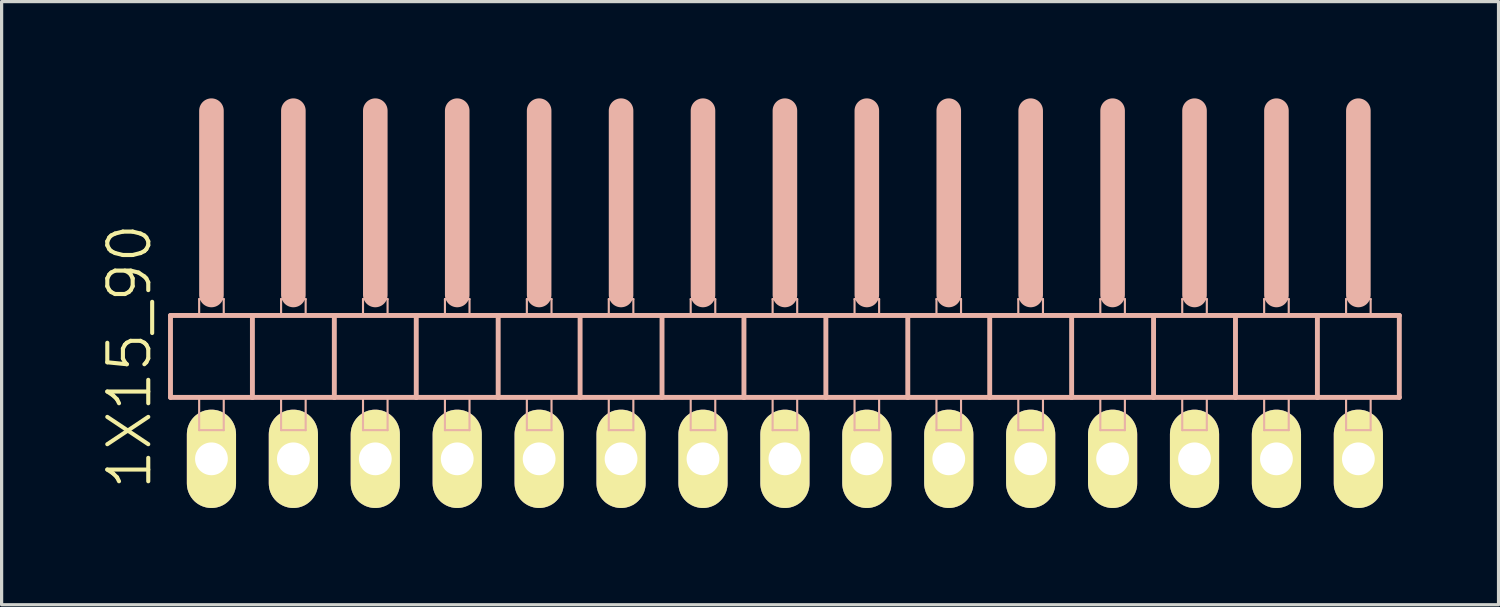
<source format=kicad_pcb>
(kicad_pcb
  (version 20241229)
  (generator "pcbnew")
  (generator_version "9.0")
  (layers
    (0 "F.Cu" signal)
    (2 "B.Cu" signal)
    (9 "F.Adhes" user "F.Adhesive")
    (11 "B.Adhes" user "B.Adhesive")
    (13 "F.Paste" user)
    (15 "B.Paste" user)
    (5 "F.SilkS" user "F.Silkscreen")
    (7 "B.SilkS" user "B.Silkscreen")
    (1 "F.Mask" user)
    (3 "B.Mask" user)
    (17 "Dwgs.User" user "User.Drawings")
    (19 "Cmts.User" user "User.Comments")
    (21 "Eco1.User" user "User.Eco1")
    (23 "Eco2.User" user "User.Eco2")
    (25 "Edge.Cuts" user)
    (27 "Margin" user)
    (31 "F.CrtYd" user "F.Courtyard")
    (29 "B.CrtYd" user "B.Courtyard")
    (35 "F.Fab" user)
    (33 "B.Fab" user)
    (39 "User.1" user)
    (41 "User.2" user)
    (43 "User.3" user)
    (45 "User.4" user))
  (footprint "1X15_90"
    (layer "F.Cu")
    (at 21.286 7.366)
    (property "Reference" "1X15_90" (at -20.32 0.635 90) (layer "F.SilkS") (effects (font (size 1.27 1.27) (thickness 0.127))))
    (attr exclude_from_pos_files exclude_from_bom)
    (fp_line (start -19.05 -0.635) (end -19.05 1.905) (stroke (width 0.152) (type solid)) (layer "B.SilkS"))
    (fp_line (start -19.05 1.905) (end -16.51 1.905) (stroke (width 0.152) (type solid)) (layer "B.SilkS"))
    (fp_line (start -18.161 -1.143) (end -17.399 -1.143) (stroke (width 0.066) (type solid)) (layer "B.SilkS"))
    (fp_line (start -18.161 -0.635) (end -18.161 -1.143) (stroke (width 0.066) (type solid)) (layer "B.SilkS"))
    (fp_line (start -18.161 -0.635) (end -17.399 -0.635) (stroke (width 0.066) (type solid)) (layer "B.SilkS"))
    (fp_line (start -18.161 1.905) (end -17.399 1.905) (stroke (width 0.066) (type solid)) (layer "B.SilkS"))
    (fp_line (start -18.161 2.921) (end -18.161 1.905) (stroke (width 0.066) (type solid)) (layer "B.SilkS"))
    (fp_line (start -18.161 2.921) (end -17.399 2.921) (stroke (width 0.066) (type solid)) (layer "B.SilkS"))
    (fp_line (start -17.78 -6.985) (end -17.78 -1.27) (stroke (width 0.762) (type solid)) (layer "B.SilkS"))
    (fp_line (start -17.399 -0.635) (end -17.399 -1.143) (stroke (width 0.066) (type solid)) (layer "B.SilkS"))
    (fp_line (start -17.399 2.921) (end -17.399 1.905) (stroke (width 0.066) (type solid)) (layer "B.SilkS"))
    (fp_line (start -16.51 -0.635) (end -19.05 -0.635) (stroke (width 0.152) (type solid)) (layer "B.SilkS"))
    (fp_line (start -16.51 1.905) (end -16.51 -0.635) (stroke (width 0.152) (type solid)) (layer "B.SilkS"))
    (fp_line (start -16.51 1.905) (end -13.97 1.905) (stroke (width 0.152) (type solid)) (layer "B.SilkS"))
    (fp_line (start -15.621 -1.143) (end -14.859 -1.143) (stroke (width 0.066) (type solid)) (layer "B.SilkS"))
    (fp_line (start -15.621 -0.635) (end -15.621 -1.143) (stroke (width 0.066) (type solid)) (layer "B.SilkS"))
    (fp_line (start -15.621 -0.635) (end -14.859 -0.635) (stroke (width 0.066) (type solid)) (layer "B.SilkS"))
    (fp_line (start -15.621 1.905) (end -14.859 1.905) (stroke (width 0.066) (type solid)) (layer "B.SilkS"))
    (fp_line (start -15.621 2.921) (end -15.621 1.905) (stroke (width 0.066) (type solid)) (layer "B.SilkS"))
    (fp_line (start -15.621 2.921) (end -14.859 2.921) (stroke (width 0.066) (type solid)) (layer "B.SilkS"))
    (fp_line (start -15.24 -6.985) (end -15.24 -1.27) (stroke (width 0.762) (type solid)) (layer "B.SilkS"))
    (fp_line (start -14.859 -0.635) (end -14.859 -1.143) (stroke (width 0.066) (type solid)) (layer "B.SilkS"))
    (fp_line (start -14.859 2.921) (end -14.859 1.905) (stroke (width 0.066) (type solid)) (layer "B.SilkS"))
    (fp_line (start -13.97 -0.635) (end -16.51 -0.635) (stroke (width 0.152) (type solid)) (layer "B.SilkS"))
    (fp_line (start -13.97 1.905) (end -13.97 -0.635) (stroke (width 0.152) (type solid)) (layer "B.SilkS"))
    (fp_line (start -13.97 1.905) (end -11.43 1.905) (stroke (width 0.152) (type solid)) (layer "B.SilkS"))
    (fp_line (start -13.081 -1.143) (end -12.319 -1.143) (stroke (width 0.066) (type solid)) (layer "B.SilkS"))
    (fp_line (start -13.081 -0.635) (end -13.081 -1.143) (stroke (width 0.066) (type solid)) (layer "B.SilkS"))
    (fp_line (start -13.081 -0.635) (end -12.319 -0.635) (stroke (width 0.066) (type solid)) (layer "B.SilkS"))
    (fp_line (start -13.081 1.905) (end -12.319 1.905) (stroke (width 0.066) (type solid)) (layer "B.SilkS"))
    (fp_line (start -13.081 2.921) (end -13.081 1.905) (stroke (width 0.066) (type solid)) (layer "B.SilkS"))
    (fp_line (start -13.081 2.921) (end -12.319 2.921) (stroke (width 0.066) (type solid)) (layer "B.SilkS"))
    (fp_line (start -12.7 -6.985) (end -12.7 -1.27) (stroke (width 0.762) (type solid)) (layer "B.SilkS"))
    (fp_line (start -12.319 -0.635) (end -12.319 -1.143) (stroke (width 0.066) (type solid)) (layer "B.SilkS"))
    (fp_line (start -12.319 2.921) (end -12.319 1.905) (stroke (width 0.066) (type solid)) (layer "B.SilkS"))
    (fp_line (start -11.43 -0.635) (end -13.97 -0.635) (stroke (width 0.152) (type solid)) (layer "B.SilkS"))
    (fp_line (start -11.43 1.905) (end -11.43 -0.635) (stroke (width 0.152) (type solid)) (layer "B.SilkS"))
    (fp_line (start -11.43 1.905) (end -8.89 1.905) (stroke (width 0.152) (type solid)) (layer "B.SilkS"))
    (fp_line (start -10.541 -1.143) (end -9.779 -1.143) (stroke (width 0.066) (type solid)) (layer "B.SilkS"))
    (fp_line (start -10.541 -0.635) (end -10.541 -1.143) (stroke (width 0.066) (type solid)) (layer "B.SilkS"))
    (fp_line (start -10.541 -0.635) (end -9.779 -0.635) (stroke (width 0.066) (type solid)) (layer "B.SilkS"))
    (fp_line (start -10.541 1.905) (end -9.779 1.905) (stroke (width 0.066) (type solid)) (layer "B.SilkS"))
    (fp_line (start -10.541 2.921) (end -10.541 1.905) (stroke (width 0.066) (type solid)) (layer "B.SilkS"))
    (fp_line (start -10.541 2.921) (end -9.779 2.921) (stroke (width 0.066) (type solid)) (layer "B.SilkS"))
    (fp_line (start -10.16 -6.985) (end -10.16 -1.27) (stroke (width 0.762) (type solid)) (layer "B.SilkS"))
    (fp_line (start -9.779 -0.635) (end -9.779 -1.143) (stroke (width 0.066) (type solid)) (layer "B.SilkS"))
    (fp_line (start -9.779 2.921) (end -9.779 1.905) (stroke (width 0.066) (type solid)) (layer "B.SilkS"))
    (fp_line (start -8.89 -0.635) (end -11.43 -0.635) (stroke (width 0.152) (type solid)) (layer "B.SilkS"))
    (fp_line (start -8.89 1.905) (end -8.89 -0.635) (stroke (width 0.152) (type solid)) (layer "B.SilkS"))
    (fp_line (start -8.89 1.905) (end -6.35 1.905) (stroke (width 0.152) (type solid)) (layer "B.SilkS"))
    (fp_line (start -8.001 -1.143) (end -7.236 -1.143) (stroke (width 0.066) (type solid)) (layer "B.SilkS"))
    (fp_line (start -8.001 -0.635) (end -8.001 -1.143) (stroke (width 0.066) (type solid)) (layer "B.SilkS"))
    (fp_line (start -8.001 -0.635) (end -7.236 -0.635) (stroke (width 0.066) (type solid)) (layer "B.SilkS"))
    (fp_line (start -8.001 1.905) (end -7.236 1.905) (stroke (width 0.066) (type solid)) (layer "B.SilkS"))
    (fp_line (start -8.001 2.921) (end -8.001 1.905) (stroke (width 0.066) (type solid)) (layer "B.SilkS"))
    (fp_line (start -8.001 2.921) (end -7.236 2.921) (stroke (width 0.066) (type solid)) (layer "B.SilkS"))
    (fp_line (start -7.62 -6.985) (end -7.62 -1.27) (stroke (width 0.762) (type solid)) (layer "B.SilkS"))
    (fp_line (start -7.236 -0.635) (end -7.236 -1.143) (stroke (width 0.066) (type solid)) (layer "B.SilkS"))
    (fp_line (start -7.236 2.921) (end -7.236 1.905) (stroke (width 0.066) (type solid)) (layer "B.SilkS"))
    (fp_line (start -6.35 -0.635) (end -8.89 -0.635) (stroke (width 0.152) (type solid)) (layer "B.SilkS"))
    (fp_line (start -6.35 1.905) (end -6.35 -0.635) (stroke (width 0.152) (type solid)) (layer "B.SilkS"))
    (fp_line (start -6.35 1.905) (end -3.81 1.905) (stroke (width 0.152) (type solid)) (layer "B.SilkS"))
    (fp_line (start -5.461 -1.143) (end -4.699 -1.143) (stroke (width 0.066) (type solid)) (layer "B.SilkS"))
    (fp_line (start -5.461 -0.635) (end -5.461 -1.143) (stroke (width 0.066) (type solid)) (layer "B.SilkS"))
    (fp_line (start -5.461 -0.635) (end -4.699 -0.635) (stroke (width 0.066) (type solid)) (layer "B.SilkS"))
    (fp_line (start -5.461 1.905) (end -4.699 1.905) (stroke (width 0.066) (type solid)) (layer "B.SilkS"))
    (fp_line (start -5.461 2.921) (end -5.461 1.905) (stroke (width 0.066) (type solid)) (layer "B.SilkS"))
    (fp_line (start -5.461 2.921) (end -4.699 2.921) (stroke (width 0.066) (type solid)) (layer "B.SilkS"))
    (fp_line (start -5.08 -6.985) (end -5.08 -1.27) (stroke (width 0.762) (type solid)) (layer "B.SilkS"))
    (fp_line (start -4.699 -0.635) (end -4.699 -1.143) (stroke (width 0.066) (type solid)) (layer "B.SilkS"))
    (fp_line (start -4.699 2.921) (end -4.699 1.905) (stroke (width 0.066) (type solid)) (layer "B.SilkS"))
    (fp_line (start -3.81 -0.635) (end -6.35 -0.635) (stroke (width 0.152) (type solid)) (layer "B.SilkS"))
    (fp_line (start -3.81 1.905) (end -3.81 -0.635) (stroke (width 0.152) (type solid)) (layer "B.SilkS"))
    (fp_line (start -3.81 1.905) (end -1.27 1.905) (stroke (width 0.152) (type solid)) (layer "B.SilkS"))
    (fp_line (start -2.921 -1.143) (end -2.159 -1.143) (stroke (width 0.066) (type solid)) (layer "B.SilkS"))
    (fp_line (start -2.921 -0.635) (end -2.921 -1.143) (stroke (width 0.066) (type solid)) (layer "B.SilkS"))
    (fp_line (start -2.921 -0.635) (end -2.159 -0.635) (stroke (width 0.066) (type solid)) (layer "B.SilkS"))
    (fp_line (start -2.921 1.905) (end -2.159 1.905) (stroke (width 0.066) (type solid)) (layer "B.SilkS"))
    (fp_line (start -2.921 2.921) (end -2.921 1.905) (stroke (width 0.066) (type solid)) (layer "B.SilkS"))
    (fp_line (start -2.921 2.921) (end -2.159 2.921) (stroke (width 0.066) (type solid)) (layer "B.SilkS"))
    (fp_line (start -2.54 -6.985) (end -2.54 -1.27) (stroke (width 0.762) (type solid)) (layer "B.SilkS"))
    (fp_line (start -2.159 -0.635) (end -2.159 -1.143) (stroke (width 0.066) (type solid)) (layer "B.SilkS"))
    (fp_line (start -2.159 2.921) (end -2.159 1.905) (stroke (width 0.066) (type solid)) (layer "B.SilkS"))
    (fp_line (start -1.27 -0.635) (end -3.81 -0.635) (stroke (width 0.152) (type solid)) (layer "B.SilkS"))
    (fp_line (start -1.27 1.905) (end -1.27 -0.635) (stroke (width 0.152) (type solid)) (layer "B.SilkS"))
    (fp_line (start -1.27 1.905) (end 1.27 1.905) (stroke (width 0.152) (type solid)) (layer "B.SilkS"))
    (fp_line (start -0.381 -1.143) (end 0.381 -1.143) (stroke (width 0.066) (type solid)) (layer "B.SilkS"))
    (fp_line (start -0.381 -0.635) (end -0.381 -1.143) (stroke (width 0.066) (type solid)) (layer "B.SilkS"))
    (fp_line (start -0.381 -0.635) (end 0.381 -0.635) (stroke (width 0.066) (type solid)) (layer "B.SilkS"))
    (fp_line (start -0.381 1.905) (end 0.381 1.905) (stroke (width 0.066) (type solid)) (layer "B.SilkS"))
    (fp_line (start -0.381 2.921) (end -0.381 1.905) (stroke (width 0.066) (type solid)) (layer "B.SilkS"))
    (fp_line (start -0.381 2.921) (end 0.381 2.921) (stroke (width 0.066) (type solid)) (layer "B.SilkS"))
    (fp_line (start 0 -6.985) (end 0 -1.27) (stroke (width 0.762) (type solid)) (layer "B.SilkS"))
    (fp_line (start 0.381 -0.635) (end 0.381 -1.143) (stroke (width 0.066) (type solid)) (layer "B.SilkS"))
    (fp_line (start 0.381 2.921) (end 0.381 1.905) (stroke (width 0.066) (type solid)) (layer "B.SilkS"))
    (fp_line (start 1.27 -0.635) (end -1.27 -0.635) (stroke (width 0.152) (type solid)) (layer "B.SilkS"))
    (fp_line (start 1.27 1.905) (end 1.27 -0.635) (stroke (width 0.152) (type solid)) (layer "B.SilkS"))
    (fp_line (start 1.27 1.905) (end 3.81 1.905) (stroke (width 0.152) (type solid)) (layer "B.SilkS"))
    (fp_line (start 2.159 -1.143) (end 2.921 -1.143) (stroke (width 0.066) (type solid)) (layer "B.SilkS"))
    (fp_line (start 2.159 -0.635) (end 2.159 -1.143) (stroke (width 0.066) (type solid)) (layer "B.SilkS"))
    (fp_line (start 2.159 -0.635) (end 2.921 -0.635) (stroke (width 0.066) (type solid)) (layer "B.SilkS"))
    (fp_line (start 2.159 1.905) (end 2.921 1.905) (stroke (width 0.066) (type solid)) (layer "B.SilkS"))
    (fp_line (start 2.159 2.921) (end 2.159 1.905) (stroke (width 0.066) (type solid)) (layer "B.SilkS"))
    (fp_line (start 2.159 2.921) (end 2.921 2.921) (stroke (width 0.066) (type solid)) (layer "B.SilkS"))
    (fp_line (start 2.54 -6.985) (end 2.54 -1.27) (stroke (width 0.762) (type solid)) (layer "B.SilkS"))
    (fp_line (start 2.921 -0.635) (end 2.921 -1.143) (stroke (width 0.066) (type solid)) (layer "B.SilkS"))
    (fp_line (start 2.921 2.921) (end 2.921 1.905) (stroke (width 0.066) (type solid)) (layer "B.SilkS"))
    (fp_line (start 3.81 -0.635) (end 1.27 -0.635) (stroke (width 0.152) (type solid)) (layer "B.SilkS"))
    (fp_line (start 3.81 1.905) (end 3.81 -0.635) (stroke (width 0.152) (type solid)) (layer "B.SilkS"))
    (fp_line (start 3.81 1.905) (end 6.35 1.905) (stroke (width 0.152) (type solid)) (layer "B.SilkS"))
    (fp_line (start 4.699 -1.143) (end 5.461 -1.143) (stroke (width 0.066) (type solid)) (layer "B.SilkS"))
    (fp_line (start 4.699 -0.635) (end 4.699 -1.143) (stroke (width 0.066) (type solid)) (layer "B.SilkS"))
    (fp_line (start 4.699 -0.635) (end 5.461 -0.635) (stroke (width 0.066) (type solid)) (layer "B.SilkS"))
    (fp_line (start 4.699 1.905) (end 5.461 1.905) (stroke (width 0.066) (type solid)) (layer "B.SilkS"))
    (fp_line (start 4.699 2.921) (end 4.699 1.905) (stroke (width 0.066) (type solid)) (layer "B.SilkS"))
    (fp_line (start 4.699 2.921) (end 5.461 2.921) (stroke (width 0.066) (type solid)) (layer "B.SilkS"))
    (fp_line (start 5.08 -6.985) (end 5.08 -1.27) (stroke (width 0.762) (type solid)) (layer "B.SilkS"))
    (fp_line (start 5.461 -0.635) (end 5.461 -1.143) (stroke (width 0.066) (type solid)) (layer "B.SilkS"))
    (fp_line (start 5.461 2.921) (end 5.461 1.905) (stroke (width 0.066) (type solid)) (layer "B.SilkS"))
    (fp_line (start 6.35 -0.635) (end 3.81 -0.635) (stroke (width 0.152) (type solid)) (layer "B.SilkS"))
    (fp_line (start 6.35 1.905) (end 6.35 -0.635) (stroke (width 0.152) (type solid)) (layer "B.SilkS"))
    (fp_line (start 6.35 1.905) (end 8.89 1.905) (stroke (width 0.152) (type solid)) (layer "B.SilkS"))
    (fp_line (start 7.236 -1.143) (end 8.001 -1.143) (stroke (width 0.066) (type solid)) (layer "B.SilkS"))
    (fp_line (start 7.236 -0.635) (end 7.236 -1.143) (stroke (width 0.066) (type solid)) (layer "B.SilkS"))
    (fp_line (start 7.236 -0.635) (end 8.001 -0.635) (stroke (width 0.066) (type solid)) (layer "B.SilkS"))
    (fp_line (start 7.236 1.905) (end 8.001 1.905) (stroke (width 0.066) (type solid)) (layer "B.SilkS"))
    (fp_line (start 7.236 2.921) (end 7.236 1.905) (stroke (width 0.066) (type solid)) (layer "B.SilkS"))
    (fp_line (start 7.236 2.921) (end 8.001 2.921) (stroke (width 0.066) (type solid)) (layer "B.SilkS"))
    (fp_line (start 7.62 -6.985) (end 7.62 -1.27) (stroke (width 0.762) (type solid)) (layer "B.SilkS"))
    (fp_line (start 8.001 -0.635) (end 8.001 -1.143) (stroke (width 0.066) (type solid)) (layer "B.SilkS"))
    (fp_line (start 8.001 2.921) (end 8.001 1.905) (stroke (width 0.066) (type solid)) (layer "B.SilkS"))
    (fp_line (start 8.89 -0.635) (end 6.35 -0.635) (stroke (width 0.152) (type solid)) (layer "B.SilkS"))
    (fp_line (start 8.89 1.905) (end 8.89 -0.635) (stroke (width 0.152) (type solid)) (layer "B.SilkS"))
    (fp_line (start 8.89 1.905) (end 11.43 1.905) (stroke (width 0.152) (type solid)) (layer "B.SilkS"))
    (fp_line (start 9.779 -1.143) (end 10.541 -1.143) (stroke (width 0.066) (type solid)) (layer "B.SilkS"))
    (fp_line (start 9.779 -0.635) (end 9.779 -1.143) (stroke (width 0.066) (type solid)) (layer "B.SilkS"))
    (fp_line (start 9.779 -0.635) (end 10.541 -0.635) (stroke (width 0.066) (type solid)) (layer "B.SilkS"))
    (fp_line (start 9.779 1.905) (end 10.541 1.905) (stroke (width 0.066) (type solid)) (layer "B.SilkS"))
    (fp_line (start 9.779 2.921) (end 9.779 1.905) (stroke (width 0.066) (type solid)) (layer "B.SilkS"))
    (fp_line (start 9.779 2.921) (end 10.541 2.921) (stroke (width 0.066) (type solid)) (layer "B.SilkS"))
    (fp_line (start 10.16 -6.985) (end 10.16 -1.27) (stroke (width 0.762) (type solid)) (layer "B.SilkS"))
    (fp_line (start 10.541 -0.635) (end 10.541 -1.143) (stroke (width 0.066) (type solid)) (layer "B.SilkS"))
    (fp_line (start 10.541 2.921) (end 10.541 1.905) (stroke (width 0.066) (type solid)) (layer "B.SilkS"))
    (fp_line (start 11.43 -0.635) (end 8.89 -0.635) (stroke (width 0.152) (type solid)) (layer "B.SilkS"))
    (fp_line (start 11.43 1.905) (end 11.43 -0.635) (stroke (width 0.152) (type solid)) (layer "B.SilkS"))
    (fp_line (start 11.43 1.905) (end 13.97 1.905) (stroke (width 0.152) (type solid)) (layer "B.SilkS"))
    (fp_line (start 12.319 -1.143) (end 13.081 -1.143) (stroke (width 0.066) (type solid)) (layer "B.SilkS"))
    (fp_line (start 12.319 -0.635) (end 12.319 -1.143) (stroke (width 0.066) (type solid)) (layer "B.SilkS"))
    (fp_line (start 12.319 -0.635) (end 13.081 -0.635) (stroke (width 0.066) (type solid)) (layer "B.SilkS"))
    (fp_line (start 12.319 1.905) (end 13.081 1.905) (stroke (width 0.066) (type solid)) (layer "B.SilkS"))
    (fp_line (start 12.319 2.921) (end 12.319 1.905) (stroke (width 0.066) (type solid)) (layer "B.SilkS"))
    (fp_line (start 12.319 2.921) (end 13.081 2.921) (stroke (width 0.066) (type solid)) (layer "B.SilkS"))
    (fp_line (start 12.7 -6.985) (end 12.7 -1.27) (stroke (width 0.762) (type solid)) (layer "B.SilkS"))
    (fp_line (start 13.081 -0.635) (end 13.081 -1.143) (stroke (width 0.066) (type solid)) (layer "B.SilkS"))
    (fp_line (start 13.081 2.921) (end 13.081 1.905) (stroke (width 0.066) (type solid)) (layer "B.SilkS"))
    (fp_line (start 13.97 -0.635) (end 11.43 -0.635) (stroke (width 0.152) (type solid)) (layer "B.SilkS"))
    (fp_line (start 13.97 1.905) (end 13.97 -0.635) (stroke (width 0.152) (type solid)) (layer "B.SilkS"))
    (fp_line (start 13.97 1.905) (end 16.51 1.905) (stroke (width 0.152) (type solid)) (layer "B.SilkS"))
    (fp_line (start 14.859 -1.143) (end 15.621 -1.143) (stroke (width 0.066) (type solid)) (layer "B.SilkS"))
    (fp_line (start 14.859 -0.635) (end 14.859 -1.143) (stroke (width 0.066) (type solid)) (layer "B.SilkS"))
    (fp_line (start 14.859 -0.635) (end 15.621 -0.635) (stroke (width 0.066) (type solid)) (layer "B.SilkS"))
    (fp_line (start 14.859 1.905) (end 15.621 1.905) (stroke (width 0.066) (type solid)) (layer "B.SilkS"))
    (fp_line (start 14.859 2.921) (end 14.859 1.905) (stroke (width 0.066) (type solid)) (layer "B.SilkS"))
    (fp_line (start 14.859 2.921) (end 15.621 2.921) (stroke (width 0.066) (type solid)) (layer "B.SilkS"))
    (fp_line (start 15.24 -6.985) (end 15.24 -1.27) (stroke (width 0.762) (type solid)) (layer "B.SilkS"))
    (fp_line (start 15.621 -0.635) (end 15.621 -1.143) (stroke (width 0.066) (type solid)) (layer "B.SilkS"))
    (fp_line (start 15.621 2.921) (end 15.621 1.905) (stroke (width 0.066) (type solid)) (layer "B.SilkS"))
    (fp_line (start 16.51 -0.635) (end 13.97 -0.635) (stroke (width 0.152) (type solid)) (layer "B.SilkS"))
    (fp_line (start 16.51 1.905) (end 16.51 -0.635) (stroke (width 0.152) (type solid)) (layer "B.SilkS"))
    (fp_line (start 16.51 1.905) (end 19.05 1.905) (stroke (width 0.152) (type solid)) (layer "B.SilkS"))
    (fp_line (start 17.399 -1.143) (end 18.161 -1.143) (stroke (width 0.066) (type solid)) (layer "B.SilkS"))
    (fp_line (start 17.399 -0.635) (end 17.399 -1.143) (stroke (width 0.066) (type solid)) (layer "B.SilkS"))
    (fp_line (start 17.399 -0.635) (end 18.161 -0.635) (stroke (width 0.066) (type solid)) (layer "B.SilkS"))
    (fp_line (start 17.399 1.905) (end 18.161 1.905) (stroke (width 0.066) (type solid)) (layer "B.SilkS"))
    (fp_line (start 17.399 2.921) (end 17.399 1.905) (stroke (width 0.066) (type solid)) (layer "B.SilkS"))
    (fp_line (start 17.399 2.921) (end 18.161 2.921) (stroke (width 0.066) (type solid)) (layer "B.SilkS"))
    (fp_line (start 17.78 -6.985) (end 17.78 -1.27) (stroke (width 0.762) (type solid)) (layer "B.SilkS"))
    (fp_line (start 18.161 -0.635) (end 18.161 -1.143) (stroke (width 0.066) (type solid)) (layer "B.SilkS"))
    (fp_line (start 18.161 2.921) (end 18.161 1.905) (stroke (width 0.066) (type solid)) (layer "B.SilkS"))
    (fp_line (start 19.05 -0.635) (end 16.51 -0.635) (stroke (width 0.152) (type solid)) (layer "B.SilkS"))
    (fp_line (start 19.05 1.905) (end 19.05 -0.635) (stroke (width 0.152) (type solid)) (layer "B.SilkS"))
    (pad "1" thru_hole oval (at -17.78 3.81 180) (size 1.524 3.048) (drill 1.016) (layers "*.Cu" "F.Mask" "F.SilkS" "F.Paste"))
    (pad "2" thru_hole oval (at -15.24 3.81 180) (size 1.524 3.048) (drill 1.016) (layers "*.Cu" "F.Mask" "F.SilkS" "F.Paste"))
    (pad "3" thru_hole oval (at -12.7 3.81 180) (size 1.524 3.048) (drill 1.016) (layers "*.Cu" "F.Mask" "F.SilkS" "F.Paste"))
    (pad "4" thru_hole oval (at -10.16 3.81 180) (size 1.524 3.048) (drill 1.016) (layers "*.Cu" "F.Mask" "F.SilkS" "F.Paste"))
    (pad "5" thru_hole oval (at -7.62 3.81 180) (size 1.524 3.048) (drill 1.016) (layers "*.Cu" "F.Mask" "F.SilkS" "F.Paste"))
    (pad "6" thru_hole oval (at -5.08 3.81 180) (size 1.524 3.048) (drill 1.016) (layers "*.Cu" "F.Mask" "F.SilkS" "F.Paste"))
    (pad "7" thru_hole oval (at -2.54 3.81 180) (size 1.524 3.048) (drill 1.016) (layers "*.Cu" "F.Mask" "F.SilkS" "F.Paste"))
    (pad "8" thru_hole oval (at 0 3.81 180) (size 1.524 3.048) (drill 1.016) (layers "*.Cu" "F.Mask" "F.SilkS" "F.Paste"))
    (pad "9" thru_hole oval (at 2.54 3.81 180) (size 1.524 3.048) (drill 1.016) (layers "*.Cu" "F.Mask" "F.SilkS" "F.Paste"))
    (pad "10" thru_hole oval (at 5.08 3.81 180) (size 1.524 3.048) (drill 1.016) (layers "*.Cu" "F.Mask" "F.SilkS" "F.Paste"))
    (pad "11" thru_hole oval (at 7.62 3.81 180) (size 1.524 3.048) (drill 1.016) (layers "*.Cu" "F.Mask" "F.SilkS" "F.Paste"))
    (pad "12" thru_hole oval (at 10.16 3.81 180) (size 1.524 3.048) (drill 1.016) (layers "*.Cu" "F.Mask" "F.SilkS" "F.Paste"))
    (pad "13" thru_hole oval (at 12.7 3.81 180) (size 1.524 3.048) (drill 1.016) (layers "*.Cu" "F.Mask" "F.SilkS" "F.Paste"))
    (pad "14" thru_hole oval (at 15.24 3.81 180) (size 1.524 3.048) (drill 1.016) (layers "*.Cu" "F.Mask" "F.SilkS" "F.Paste"))
    (pad "15" thru_hole oval (at 17.78 3.81 180) (size 1.524 3.048) (drill 1.016) (layers "*.Cu" "F.Mask" "F.SilkS" "F.Paste")))
  (gr_rect
    (start -3 -3)
    (end 43.412 15.7)
    (stroke (width 0.1) (type default))
    (fill no)
    (layer "Edge.Cuts")))
</source>
